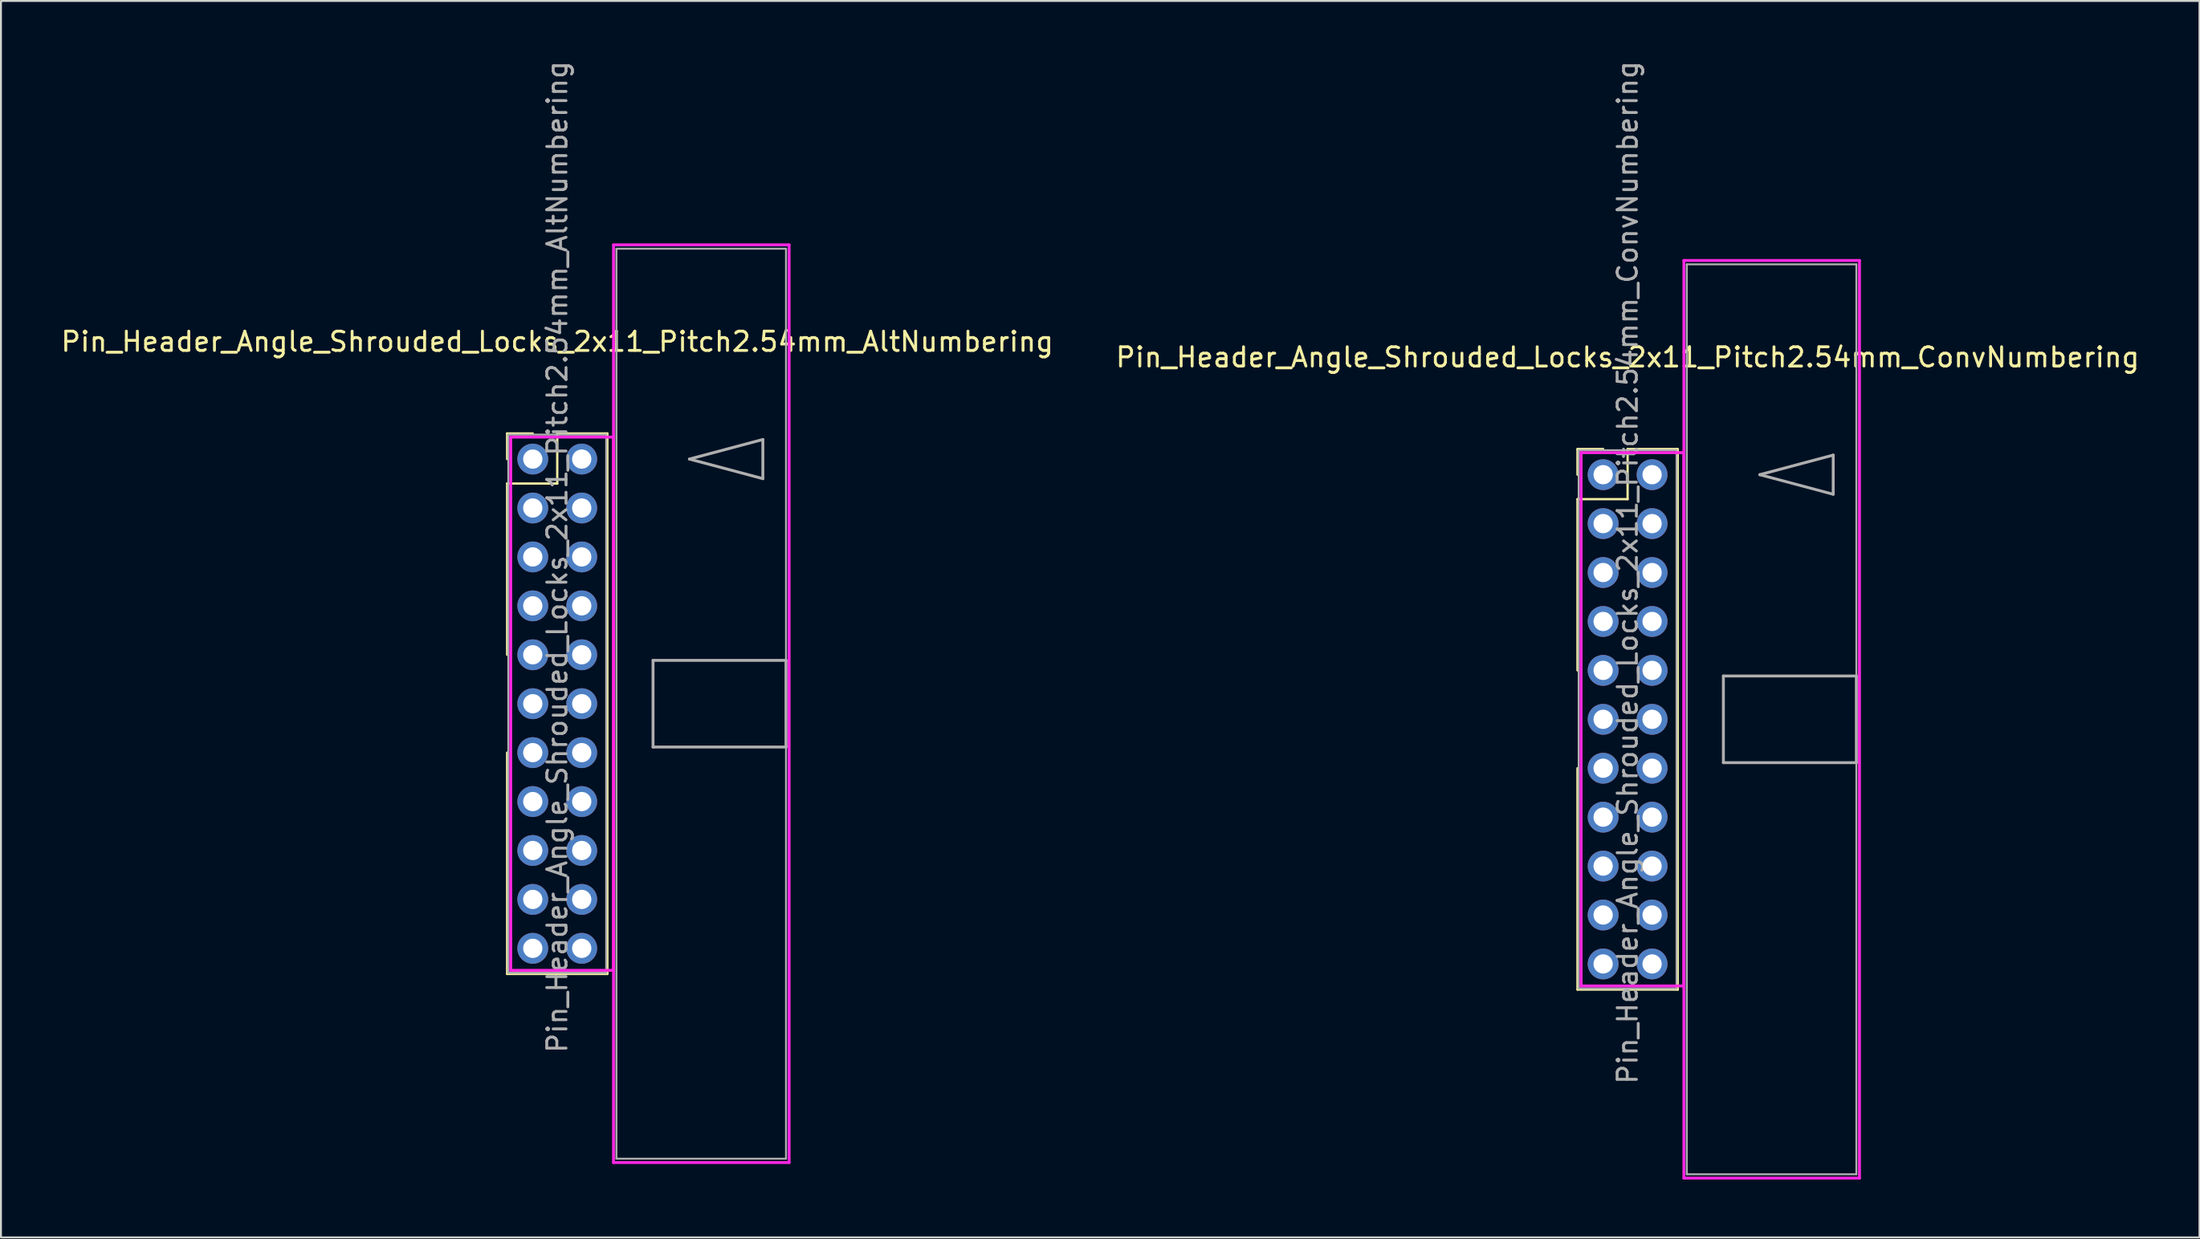
<source format=kicad_pcb>
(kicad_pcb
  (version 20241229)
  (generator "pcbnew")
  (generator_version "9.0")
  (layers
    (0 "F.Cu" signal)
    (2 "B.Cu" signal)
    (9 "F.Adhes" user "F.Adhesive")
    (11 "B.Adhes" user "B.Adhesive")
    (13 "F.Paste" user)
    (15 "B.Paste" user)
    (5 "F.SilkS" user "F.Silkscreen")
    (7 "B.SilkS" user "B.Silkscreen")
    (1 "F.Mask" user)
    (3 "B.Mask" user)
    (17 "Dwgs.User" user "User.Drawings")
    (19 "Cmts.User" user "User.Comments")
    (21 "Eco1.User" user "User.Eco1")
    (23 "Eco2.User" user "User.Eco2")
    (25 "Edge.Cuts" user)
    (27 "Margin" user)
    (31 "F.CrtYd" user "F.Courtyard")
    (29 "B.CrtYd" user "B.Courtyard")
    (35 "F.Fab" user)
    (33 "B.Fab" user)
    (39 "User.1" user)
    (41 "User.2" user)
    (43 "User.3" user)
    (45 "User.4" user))
  (footprint "Pin_Header_Angle_Shrouded_Locks_2x11_Pitch2.54mm_ConvNumbering"
    (layer "F.Cu")
    (at 80.129 21.593)
    (property "Reference" "Pin_Header_Angle_Shrouded_Locks_2x11_Pitch2.54mm_ConvNumbering" (at 1.27 -6.096 0) (layer "F.SilkS") (effects (font (size 1 1) (thickness 0.15))))
    (attr through_hole)
    (fp_line (start -1.33 -1.33) (end 0 -1.33) (stroke (width 0.12) (type solid)) (layer "F.SilkS"))
    (fp_line (start -1.33 0) (end -1.33 -1.33) (stroke (width 0.12) (type solid)) (layer "F.SilkS"))
    (fp_line (start -1.33 1.27) (end -1.33 10.16) (stroke (width 0.12) (type solid)) (layer "F.SilkS"))
    (fp_line (start -1.33 1.27) (end 1.27 1.27) (stroke (width 0.12) (type solid)) (layer "F.SilkS"))
    (fp_line (start -1.33 15.24) (end -1.33 26.73) (stroke (width 0.12) (type solid)) (layer "F.SilkS"))
    (fp_line (start -1.33 26.73) (end 3.87 26.73) (stroke (width 0.12) (type solid)) (layer "F.SilkS"))
    (fp_line (start 1.27 -1.33) (end 3.87 -1.33) (stroke (width 0.12) (type solid)) (layer "F.SilkS"))
    (fp_line (start 1.27 1.27) (end 1.27 -1.33) (stroke (width 0.12) (type solid)) (layer "F.SilkS"))
    (fp_line (start 3.87 -1.33) (end 3.87 26.73) (stroke (width 0.12) (type solid)) (layer "F.SilkS"))
    (fp_line (start -1.143 -1.143) (end -1.143 26.543) (stroke (width 0.15) (type solid)) (layer "F.CrtYd"))
    (fp_line (start -1.143 26.543) (end 4.19 26.543) (stroke (width 0.15) (type solid)) (layer "F.CrtYd"))
    (fp_line (start 4.19 -11.12) (end 4.19 36.52) (stroke (width 0.15) (type solid)) (layer "F.CrtYd"))
    (fp_line (start 4.19 -1.143) (end -1.143 -1.143) (stroke (width 0.15) (type solid)) (layer "F.CrtYd"))
    (fp_line (start 4.19 26.543) (end 4.19 -1.143) (stroke (width 0.15) (type solid)) (layer "F.CrtYd"))
    (fp_line (start 4.19 36.52) (end 13.3 36.52) (stroke (width 0.15) (type solid)) (layer "F.CrtYd"))
    (fp_line (start 13.3 -11.12) (end 4.19 -11.12) (stroke (width 0.15) (type solid)) (layer "F.CrtYd"))
    (fp_line (start 13.3 36.52) (end 13.3 -11.12) (stroke (width 0.15) (type solid)) (layer "F.CrtYd"))
    (fp_line (start -1.27 -1.27) (end -1.27 26.67) (stroke (width 0.1) (type solid)) (layer "F.Fab"))
    (fp_line (start -1.27 26.67) (end 3.81 26.67) (stroke (width 0.1) (type solid)) (layer "F.Fab"))
    (fp_line (start 3.81 -1.27) (end -1.27 -1.27) (stroke (width 0.1) (type solid)) (layer "F.Fab"))
    (fp_line (start 3.81 26.67) (end 3.81 -1.27) (stroke (width 0.1) (type solid)) (layer "F.Fab"))
    (fp_line (start 4.34 -10.92) (end 4.34 36.32) (stroke (width 0.1) (type solid)) (layer "F.Fab"))
    (fp_line (start 4.34 36.32) (end 13.14 36.32) (stroke (width 0.1) (type solid)) (layer "F.Fab"))
    (fp_line (start 6.24 10.45) (end 6.24 14.95) (stroke (width 0.15) (type solid)) (layer "F.Fab"))
    (fp_line (start 6.24 14.95) (end 13.14 14.95) (stroke (width 0.15) (type solid)) (layer "F.Fab"))
    (fp_line (start 8.128 0) (end 11.938 -1.016) (stroke (width 0.15) (type solid)) (layer "F.Fab"))
    (fp_line (start 11.938 -1.016) (end 11.938 1.016) (stroke (width 0.15) (type solid)) (layer "F.Fab"))
    (fp_line (start 11.938 1.016) (end 8.128 0) (stroke (width 0.15) (type solid)) (layer "F.Fab"))
    (fp_line (start 13.14 -10.92) (end 4.34 -10.92) (stroke (width 0.1) (type solid)) (layer "F.Fab"))
    (fp_line (start 13.14 10.45) (end 6.24 10.45) (stroke (width 0.15) (type solid)) (layer "F.Fab"))
    (fp_line (start 13.14 14.95) (end 13.14 10.45) (stroke (width 0.15) (type solid)) (layer "F.Fab"))
    (fp_line (start 13.14 36.32) (end 13.14 -10.92) (stroke (width 0.1) (type solid)) (layer "F.Fab"))
    (fp_text user "${REFERENCE}" (at 1.27 5.08 90) (layer "F.Fab") (effects (font (size 1 1) (thickness 0.15))))
    (pad "1" thru_hole oval (at 0 0) (size 1.6 1.6) (drill 1) (layers "*.Cu" "*.Mask"))
    (pad "2" thru_hole oval (at 2.54 0) (size 1.6 1.6) (drill 1) (layers "*.Cu" "*.Mask"))
    (pad "3" thru_hole oval (at 0 2.54) (size 1.6 1.6) (drill 1) (layers "*.Cu" "*.Mask"))
    (pad "4" thru_hole oval (at 2.54 2.54) (size 1.6 1.6) (drill 1) (layers "*.Cu" "*.Mask"))
    (pad "5" thru_hole oval (at 0 5.08) (size 1.6 1.6) (drill 1) (layers "*.Cu" "*.Mask"))
    (pad "6" thru_hole oval (at 2.54 5.08) (size 1.6 1.6) (drill 1) (layers "*.Cu" "*.Mask"))
    (pad "7" thru_hole oval (at 0 7.62) (size 1.6 1.6) (drill 1) (layers "*.Cu" "*.Mask"))
    (pad "8" thru_hole oval (at 2.54 7.62) (size 1.6 1.6) (drill 1) (layers "*.Cu" "*.Mask"))
    (pad "9" thru_hole oval (at 0 10.16) (size 1.6 1.6) (drill 1) (layers "*.Cu" "*.Mask"))
    (pad "10" thru_hole oval (at 2.54 10.16) (size 1.6 1.6) (drill 1) (layers "*.Cu" "*.Mask"))
    (pad "11" thru_hole oval (at 0 12.7) (size 1.6 1.6) (drill 1) (layers "*.Cu" "*.Mask"))
    (pad "12" thru_hole oval (at 2.54 12.7) (size 1.6 1.6) (drill 1) (layers "*.Cu" "*.Mask"))
    (pad "13" thru_hole oval (at 0 15.24) (size 1.6 1.6) (drill 1) (layers "*.Cu" "*.Mask"))
    (pad "14" thru_hole oval (at 2.54 15.24) (size 1.6 1.6) (drill 1) (layers "*.Cu" "*.Mask"))
    (pad "15" thru_hole oval (at 0 17.78) (size 1.6 1.6) (drill 1) (layers "*.Cu" "*.Mask"))
    (pad "16" thru_hole oval (at 2.54 17.78) (size 1.6 1.6) (drill 1) (layers "*.Cu" "*.Mask"))
    (pad "17" thru_hole oval (at 0 20.32) (size 1.6 1.6) (drill 1) (layers "*.Cu" "*.Mask"))
    (pad "18" thru_hole oval (at 2.54 20.32) (size 1.6 1.6) (drill 1) (layers "*.Cu" "*.Mask"))
    (pad "19" thru_hole oval (at 0 22.86) (size 1.6 1.6) (drill 1) (layers "*.Cu" "*.Mask"))
    (pad "20" thru_hole oval (at 2.54 22.86) (size 1.6 1.6) (drill 1) (layers "*.Cu" "*.Mask"))
    (pad "21" thru_hole oval (at 0 25.4) (size 1.6 1.6) (drill 1) (layers "*.Cu" "*.Mask"))
    (pad "22" thru_hole oval (at 2.54 25.4) (size 1.6 1.6) (drill 1) (layers "*.Cu" "*.Mask")))
  (footprint "Pin_Header_Angle_Shrouded_Locks_2x11_Pitch2.54mm_AltNumbering"
    (layer "F.Cu")
    (at 24.593 20.783)
    (property "Reference" "Pin_Header_Angle_Shrouded_Locks_2x11_Pitch2.54mm_AltNumbering" (at 1.27 -6.096 0) (layer "F.SilkS") (effects (font (size 1 1) (thickness 0.15))))
    (attr through_hole)
    (fp_line (start -1.33 -1.33) (end 0 -1.33) (stroke (width 0.12) (type solid)) (layer "F.SilkS"))
    (fp_line (start -1.33 0) (end -1.33 -1.33) (stroke (width 0.12) (type solid)) (layer "F.SilkS"))
    (fp_line (start -1.33 1.27) (end -1.33 10.16) (stroke (width 0.12) (type solid)) (layer "F.SilkS"))
    (fp_line (start -1.33 1.27) (end 1.27 1.27) (stroke (width 0.12) (type solid)) (layer "F.SilkS"))
    (fp_line (start -1.33 15.24) (end -1.33 26.73) (stroke (width 0.12) (type solid)) (layer "F.SilkS"))
    (fp_line (start -1.33 26.73) (end 3.87 26.73) (stroke (width 0.12) (type solid)) (layer "F.SilkS"))
    (fp_line (start 1.27 -1.33) (end 3.87 -1.33) (stroke (width 0.12) (type solid)) (layer "F.SilkS"))
    (fp_line (start 1.27 1.27) (end 1.27 -1.33) (stroke (width 0.12) (type solid)) (layer "F.SilkS"))
    (fp_line (start 3.87 -1.33) (end 3.87 26.73) (stroke (width 0.12) (type solid)) (layer "F.SilkS"))
    (fp_line (start -1.143 -1.143) (end -1.143 26.543) (stroke (width 0.15) (type solid)) (layer "F.CrtYd"))
    (fp_line (start -1.143 26.543) (end 4.19 26.543) (stroke (width 0.15) (type solid)) (layer "F.CrtYd"))
    (fp_line (start 4.19 -11.12) (end 4.19 36.52) (stroke (width 0.15) (type solid)) (layer "F.CrtYd"))
    (fp_line (start 4.19 -1.143) (end -1.143 -1.143) (stroke (width 0.15) (type solid)) (layer "F.CrtYd"))
    (fp_line (start 4.19 26.543) (end 4.19 -1.143) (stroke (width 0.15) (type solid)) (layer "F.CrtYd"))
    (fp_line (start 4.19 36.52) (end 13.3 36.52) (stroke (width 0.15) (type solid)) (layer "F.CrtYd"))
    (fp_line (start 13.3 -11.12) (end 4.19 -11.12) (stroke (width 0.15) (type solid)) (layer "F.CrtYd"))
    (fp_line (start 13.3 36.52) (end 13.3 -11.12) (stroke (width 0.15) (type solid)) (layer "F.CrtYd"))
    (fp_line (start -1.27 -1.27) (end -1.27 26.67) (stroke (width 0.1) (type solid)) (layer "F.Fab"))
    (fp_line (start -1.27 26.67) (end 3.81 26.67) (stroke (width 0.1) (type solid)) (layer "F.Fab"))
    (fp_line (start 3.81 -1.27) (end -1.27 -1.27) (stroke (width 0.1) (type solid)) (layer "F.Fab"))
    (fp_line (start 3.81 26.67) (end 3.81 -1.27) (stroke (width 0.1) (type solid)) (layer "F.Fab"))
    (fp_line (start 4.34 -10.92) (end 4.34 36.32) (stroke (width 0.1) (type solid)) (layer "F.Fab"))
    (fp_line (start 4.34 36.32) (end 13.14 36.32) (stroke (width 0.1) (type solid)) (layer "F.Fab"))
    (fp_line (start 6.24 10.45) (end 6.24 14.95) (stroke (width 0.15) (type solid)) (layer "F.Fab"))
    (fp_line (start 6.24 14.95) (end 13.14 14.95) (stroke (width 0.15) (type solid)) (layer "F.Fab"))
    (fp_line (start 8.128 0) (end 11.938 -1.016) (stroke (width 0.15) (type solid)) (layer "F.Fab"))
    (fp_line (start 11.938 -1.016) (end 11.938 1.016) (stroke (width 0.15) (type solid)) (layer "F.Fab"))
    (fp_line (start 11.938 1.016) (end 8.128 0) (stroke (width 0.15) (type solid)) (layer "F.Fab"))
    (fp_line (start 13.14 -10.92) (end 4.34 -10.92) (stroke (width 0.1) (type solid)) (layer "F.Fab"))
    (fp_line (start 13.14 10.45) (end 6.24 10.45) (stroke (width 0.15) (type solid)) (layer "F.Fab"))
    (fp_line (start 13.14 14.95) (end 13.14 10.45) (stroke (width 0.15) (type solid)) (layer "F.Fab"))
    (fp_line (start 13.14 36.32) (end 13.14 -10.92) (stroke (width 0.1) (type solid)) (layer "F.Fab"))
    (fp_text user "${REFERENCE}" (at 1.27 5.08 90) (layer "F.Fab") (effects (font (size 1 1) (thickness 0.15))))
    (pad "1" thru_hole oval (at 0 0) (size 1.6 1.6) (drill 1) (layers "*.Cu" "*.Mask"))
    (pad "2" thru_hole oval (at 0 2.54) (size 1.6 1.6) (drill 1) (layers "*.Cu" "*.Mask"))
    (pad "3" thru_hole oval (at 0 5.08) (size 1.6 1.6) (drill 1) (layers "*.Cu" "*.Mask"))
    (pad "4" thru_hole oval (at 0 7.62) (size 1.6 1.6) (drill 1) (layers "*.Cu" "*.Mask"))
    (pad "5" thru_hole oval (at 0 10.16) (size 1.6 1.6) (drill 1) (layers "*.Cu" "*.Mask"))
    (pad "6" thru_hole oval (at 0 12.7) (size 1.6 1.6) (drill 1) (layers "*.Cu" "*.Mask"))
    (pad "7" thru_hole oval (at 0 15.24) (size 1.6 1.6) (drill 1) (layers "*.Cu" "*.Mask"))
    (pad "8" thru_hole oval (at 0 17.78) (size 1.6 1.6) (drill 1) (layers "*.Cu" "*.Mask"))
    (pad "9" thru_hole oval (at 0 20.32) (size 1.6 1.6) (drill 1) (layers "*.Cu" "*.Mask"))
    (pad "10" thru_hole oval (at 0 22.86) (size 1.6 1.6) (drill 1) (layers "*.Cu" "*.Mask"))
    (pad "11" thru_hole oval (at 0 25.4) (size 1.6 1.6) (drill 1) (layers "*.Cu" "*.Mask"))
    (pad "12" thru_hole oval (at 2.54 0) (size 1.6 1.6) (drill 1) (layers "*.Cu" "*.Mask"))
    (pad "13" thru_hole oval (at 2.54 2.54) (size 1.6 1.6) (drill 1) (layers "*.Cu" "*.Mask"))
    (pad "14" thru_hole oval (at 2.54 5.08) (size 1.6 1.6) (drill 1) (layers "*.Cu" "*.Mask"))
    (pad "15" thru_hole oval (at 2.54 7.62) (size 1.6 1.6) (drill 1) (layers "*.Cu" "*.Mask"))
    (pad "16" thru_hole oval (at 2.54 10.16) (size 1.6 1.6) (drill 1) (layers "*.Cu" "*.Mask"))
    (pad "17" thru_hole oval (at 2.54 12.7) (size 1.6 1.6) (drill 1) (layers "*.Cu" "*.Mask"))
    (pad "18" thru_hole oval (at 2.54 15.24) (size 1.6 1.6) (drill 1) (layers "*.Cu" "*.Mask"))
    (pad "19" thru_hole oval (at 2.54 17.78) (size 1.6 1.6) (drill 1) (layers "*.Cu" "*.Mask"))
    (pad "20" thru_hole oval (at 2.54 20.32) (size 1.6 1.6) (drill 1) (layers "*.Cu" "*.Mask"))
    (pad "21" thru_hole oval (at 2.54 22.86) (size 1.6 1.6) (drill 1) (layers "*.Cu" "*.Mask"))
    (pad "22" thru_hole oval (at 2.54 25.4) (size 1.6 1.6) (drill 1) (layers "*.Cu" "*.Mask")))
  (gr_rect
    (start -3 -3)
    (end 111.071 61.188)
    (stroke (width 0.1) (type default))
    (fill no)
    (layer "Edge.Cuts")))
</source>
